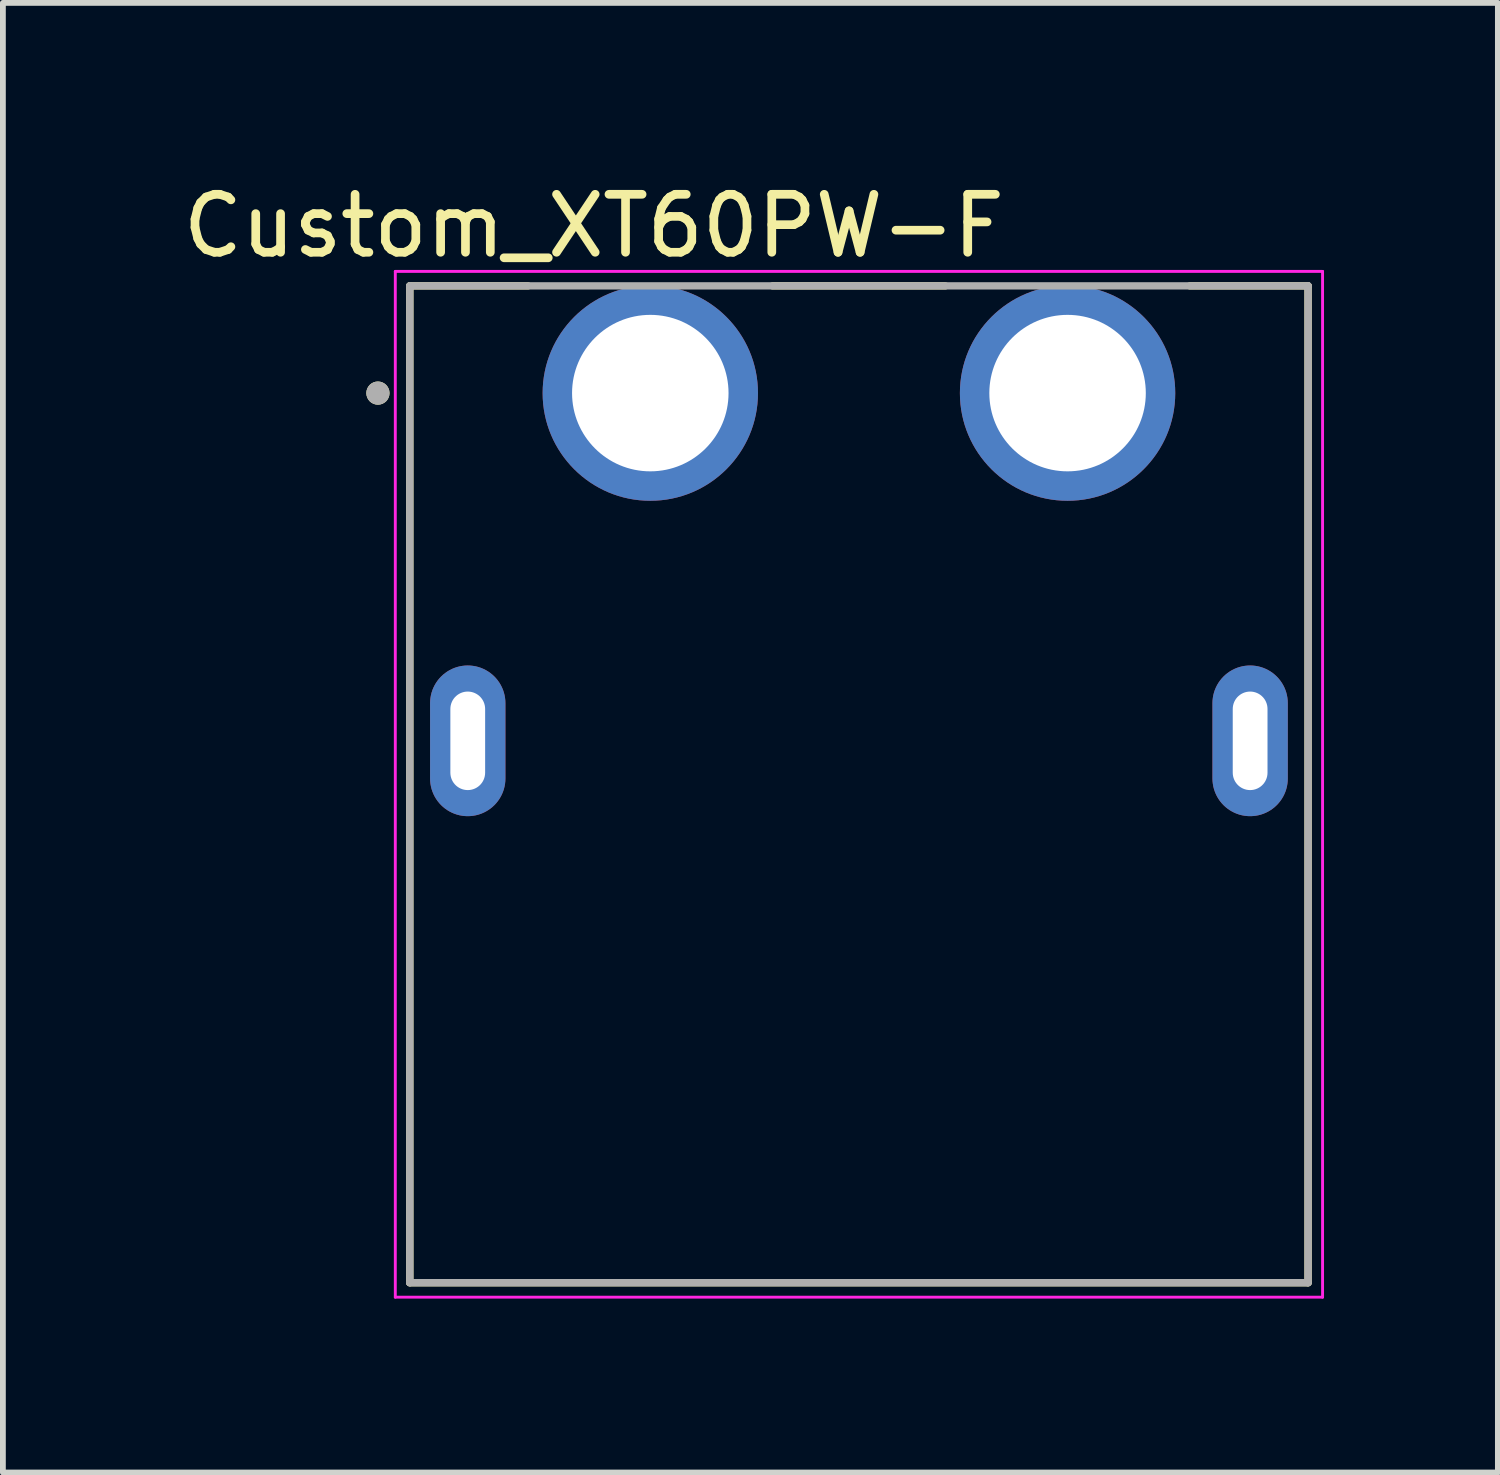
<source format=kicad_pcb>
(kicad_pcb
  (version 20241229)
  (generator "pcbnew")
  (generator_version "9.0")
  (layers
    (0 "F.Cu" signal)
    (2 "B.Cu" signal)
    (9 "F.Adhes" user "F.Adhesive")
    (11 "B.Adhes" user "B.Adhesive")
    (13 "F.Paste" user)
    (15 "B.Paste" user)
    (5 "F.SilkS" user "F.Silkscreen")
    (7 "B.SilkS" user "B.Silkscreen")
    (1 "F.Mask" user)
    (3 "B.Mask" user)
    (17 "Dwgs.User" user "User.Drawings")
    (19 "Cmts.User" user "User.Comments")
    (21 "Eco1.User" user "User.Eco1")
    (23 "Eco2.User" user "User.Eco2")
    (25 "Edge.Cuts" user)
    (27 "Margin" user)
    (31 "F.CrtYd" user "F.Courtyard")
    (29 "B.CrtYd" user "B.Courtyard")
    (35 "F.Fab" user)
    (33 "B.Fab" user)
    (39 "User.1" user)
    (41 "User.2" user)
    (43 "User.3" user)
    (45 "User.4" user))
  (footprint "Custom_XT60PW-F"
    (layer "F.Cu")
    (at 11.771 3.733)
    (property "Reference" "Custom_XT60PW-F" (at -4.575 -2.885 0) (layer "F.SilkS") (effects (font (size 1 1) (thickness 0.15))))
    (attr through_hole)
    (fp_line (start -7.75 -1.85) (end -5.71 -1.85) (stroke (width 0.127) (type solid)) (layer "F.SilkS"))
    (fp_line (start -7.75 15.35) (end -7.75 -1.85) (stroke (width 0.127) (type solid)) (layer "F.SilkS"))
    (fp_line (start -1.49 -1.85) (end 1.49 -1.85) (stroke (width 0.127) (type solid)) (layer "F.SilkS"))
    (fp_line (start 5.71 -1.85) (end 7.75 -1.85) (stroke (width 0.127) (type solid)) (layer "F.SilkS"))
    (fp_line (start 7.75 -1.85) (end 7.75 15.35) (stroke (width 0.127) (type solid)) (layer "F.SilkS"))
    (fp_line (start 7.75 15.35) (end -7.75 15.35) (stroke (width 0.127) (type solid)) (layer "F.SilkS"))
    (fp_circle (center -8.3 0) (end -8.2 0) (stroke (width 0.2) (type solid)) (fill no) (layer "F.SilkS"))
    (fp_line (start -8 -2.1) (end 8 -2.1) (stroke (width 0.05) (type solid)) (layer "F.CrtYd"))
    (fp_line (start -8 15.6) (end -8 -2.1) (stroke (width 0.05) (type solid)) (layer "F.CrtYd"))
    (fp_line (start 8 -2.1) (end 8 15.6) (stroke (width 0.05) (type solid)) (layer "F.CrtYd"))
    (fp_line (start 8 15.6) (end -8 15.6) (stroke (width 0.05) (type solid)) (layer "F.CrtYd"))
    (fp_line (start -7.75 -1.85) (end 7.75 -1.85) (stroke (width 0.127) (type solid)) (layer "F.Fab"))
    (fp_line (start -7.75 15.35) (end -7.75 -1.85) (stroke (width 0.127) (type solid)) (layer "F.Fab"))
    (fp_line (start 7.75 -1.85) (end 7.75 15.35) (stroke (width 0.127) (type solid)) (layer "F.Fab"))
    (fp_line (start 7.75 15.35) (end -7.75 15.35) (stroke (width 0.127) (type solid)) (layer "F.Fab"))
    (fp_circle (center -8.3 0) (end -8.2 0) (stroke (width 0.2) (type solid)) (fill no) (layer "F.Fab"))
    (pad "1" thru_hole circle (at -3.6 0) (size 3.716 3.716) (drill 2.7) (layers "*.Cu" "*.Mask"))
    (pad "2" thru_hole circle (at 3.6 0) (size 3.716 3.716) (drill 2.7) (layers "*.Cu" "*.Mask"))
    (pad "S1" thru_hole oval (at -6.75 6) (size 1.3 2.6) (drill oval 0.6 1.7) (layers "*.Cu" "*.Mask"))
    (pad "S2" thru_hole oval (at 6.75 6) (size 1.3 2.6) (drill oval 0.6 1.7) (layers "*.Cu" "*.Mask")))
  (gr_rect
    (start -3 -3)
    (end 22.796 22.358)
    (stroke (width 0.1) (type default))
    (fill no)
    (layer "Edge.Cuts")))
</source>
